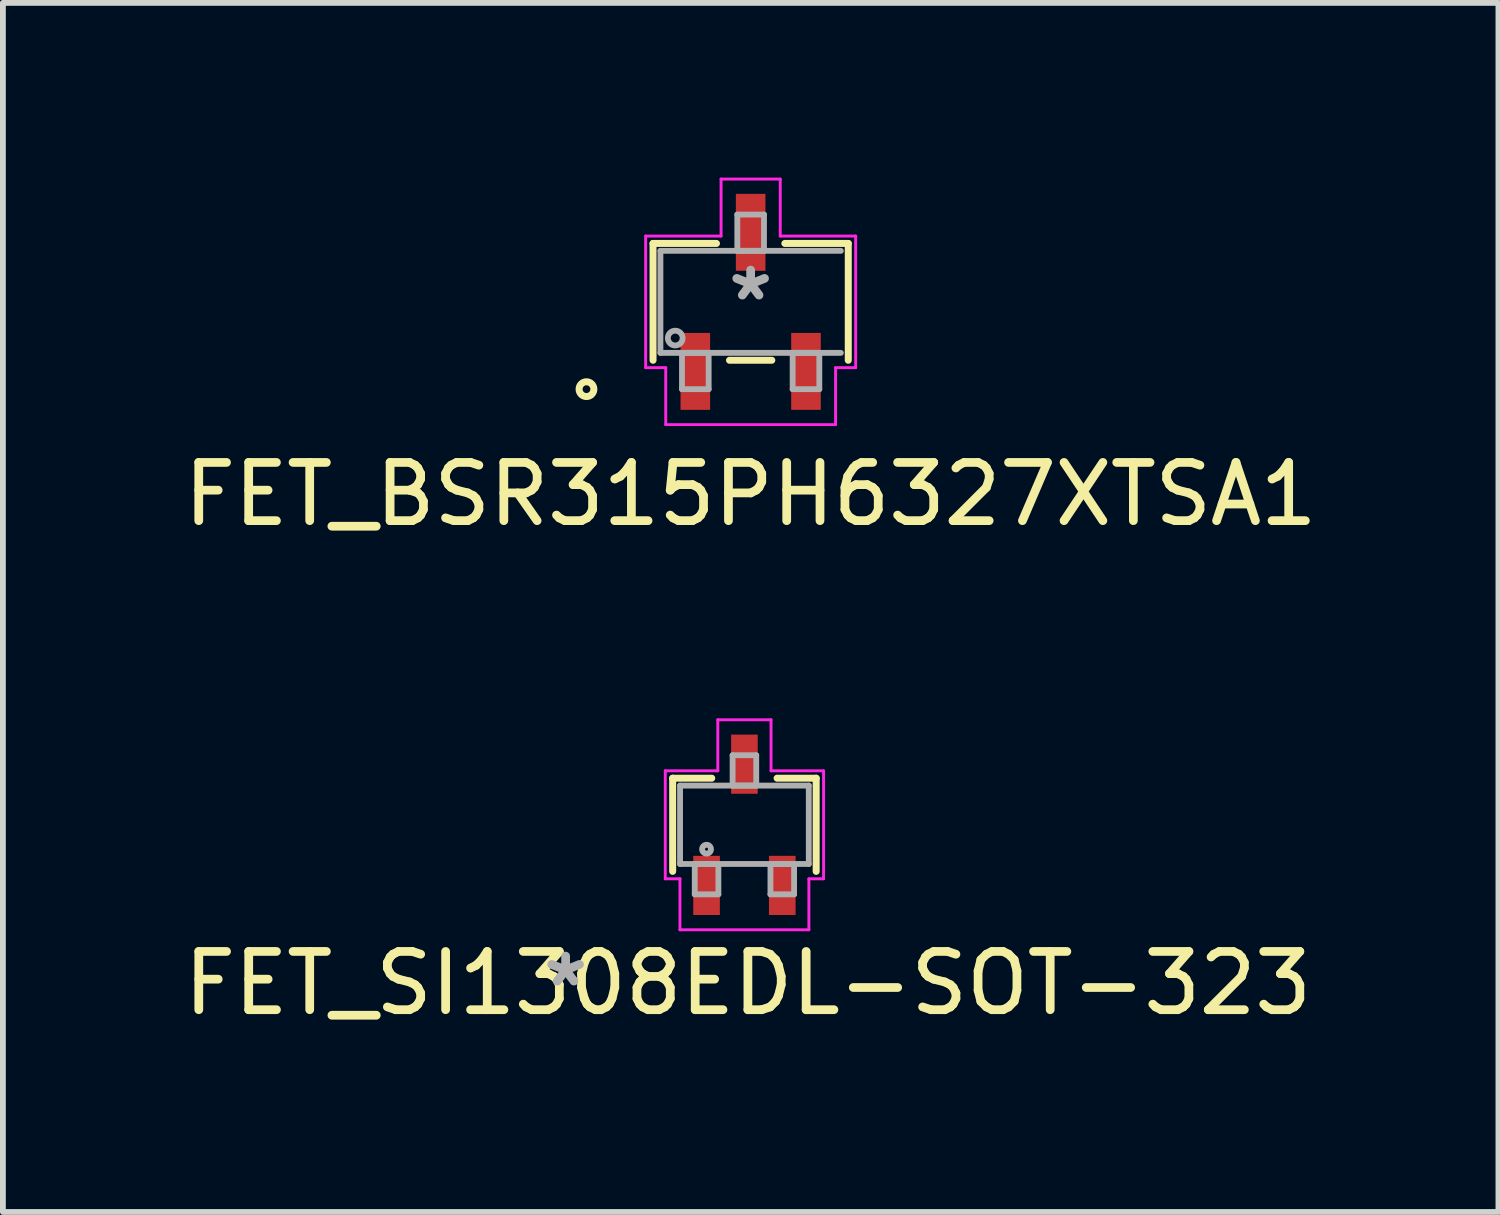
<source format=kicad_pcb>
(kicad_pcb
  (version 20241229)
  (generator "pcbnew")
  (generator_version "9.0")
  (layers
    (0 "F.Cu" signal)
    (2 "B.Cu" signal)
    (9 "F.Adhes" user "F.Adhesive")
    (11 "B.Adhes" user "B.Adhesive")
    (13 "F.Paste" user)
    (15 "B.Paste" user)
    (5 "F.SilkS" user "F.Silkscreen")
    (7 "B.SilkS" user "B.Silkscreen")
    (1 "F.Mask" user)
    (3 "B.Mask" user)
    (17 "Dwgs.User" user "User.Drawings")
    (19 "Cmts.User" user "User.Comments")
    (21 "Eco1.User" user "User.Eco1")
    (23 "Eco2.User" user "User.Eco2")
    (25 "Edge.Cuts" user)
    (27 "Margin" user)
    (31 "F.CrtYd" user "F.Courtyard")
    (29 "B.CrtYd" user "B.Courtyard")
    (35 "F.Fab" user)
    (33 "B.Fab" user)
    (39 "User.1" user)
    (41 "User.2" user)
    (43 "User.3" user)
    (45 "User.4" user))
  (footprint "FET_SI1308EDL-SOT-323"
    (layer "F.Cu")
    (at 9.732 11.112)
    (property "Reference" "FET_SI1308EDL-SOT-323" (at 0.06 2.72 0) (layer "F.SilkS") (effects (font (size 1 1) (thickness 0.15))))
    (attr smd)
    (fp_line (start -1.232 -0.8) (end -1.232 0.8) (stroke (width 0.12) (type solid)) (layer "F.SilkS"))
    (fp_line (start -0.561 -0.8) (end -1.232 -0.8) (stroke (width 0.12) (type solid)) (layer "F.SilkS"))
    (fp_line (start 1.232 -0.8) (end 0.561 -0.8) (stroke (width 0.12) (type solid)) (layer "F.SilkS"))
    (fp_line (start 1.232 0.8) (end 1.232 -0.8) (stroke (width 0.12) (type solid)) (layer "F.SilkS"))
    (fp_line (start -1.359 -0.927) (end -0.457 -0.927) (stroke (width 0.05) (type solid)) (layer "F.CrtYd"))
    (fp_line (start -1.359 0.927) (end -1.359 -0.927) (stroke (width 0.05) (type solid)) (layer "F.CrtYd"))
    (fp_line (start -1.359 0.927) (end -1.107 0.927) (stroke (width 0.05) (type solid)) (layer "F.CrtYd"))
    (fp_line (start -1.107 0.927) (end -1.107 1.803) (stroke (width 0.05) (type solid)) (layer "F.CrtYd"))
    (fp_line (start -1.107 1.803) (end 1.107 1.803) (stroke (width 0.05) (type solid)) (layer "F.CrtYd"))
    (fp_line (start -0.457 -1.803) (end 0.457 -1.803) (stroke (width 0.05) (type solid)) (layer "F.CrtYd"))
    (fp_line (start -0.457 -0.927) (end -0.457 -1.803) (stroke (width 0.05) (type solid)) (layer "F.CrtYd"))
    (fp_line (start 0.457 -0.927) (end 0.457 -1.803) (stroke (width 0.05) (type solid)) (layer "F.CrtYd"))
    (fp_line (start 1.107 0.927) (end 1.107 1.803) (stroke (width 0.05) (type solid)) (layer "F.CrtYd"))
    (fp_line (start 1.359 -0.927) (end 0.457 -0.927) (stroke (width 0.05) (type solid)) (layer "F.CrtYd"))
    (fp_line (start 1.359 -0.927) (end 1.359 0.927) (stroke (width 0.05) (type solid)) (layer "F.CrtYd"))
    (fp_line (start 1.359 0.927) (end 1.107 0.927) (stroke (width 0.05) (type solid)) (layer "F.CrtYd"))
    (fp_line (start -1.105 -0.673) (end -1.105 0.673) (stroke (width 0.1) (type solid)) (layer "F.Fab"))
    (fp_line (start -1.105 0.673) (end 1.105 0.673) (stroke (width 0.1) (type solid)) (layer "F.Fab"))
    (fp_line (start -0.853 0.673) (end -0.853 1.194) (stroke (width 0.1) (type solid)) (layer "F.Fab"))
    (fp_line (start -0.853 1.194) (end -0.447 1.194) (stroke (width 0.1) (type solid)) (layer "F.Fab"))
    (fp_line (start -0.447 0.673) (end -0.853 0.673) (stroke (width 0.1) (type solid)) (layer "F.Fab"))
    (fp_line (start -0.447 1.194) (end -0.447 0.673) (stroke (width 0.1) (type solid)) (layer "F.Fab"))
    (fp_line (start -0.203 -1.194) (end -0.203 -0.673) (stroke (width 0.1) (type solid)) (layer "F.Fab"))
    (fp_line (start -0.203 -0.673) (end 0.203 -0.673) (stroke (width 0.1) (type solid)) (layer "F.Fab"))
    (fp_line (start 0.203 -1.194) (end -0.203 -1.194) (stroke (width 0.1) (type solid)) (layer "F.Fab"))
    (fp_line (start 0.203 -0.673) (end 0.203 -1.194) (stroke (width 0.1) (type solid)) (layer "F.Fab"))
    (fp_line (start 0.447 0.673) (end 0.447 1.194) (stroke (width 0.1) (type solid)) (layer "F.Fab"))
    (fp_line (start 0.447 1.194) (end 0.853 1.194) (stroke (width 0.1) (type solid)) (layer "F.Fab"))
    (fp_line (start 0.853 0.673) (end 0.447 0.673) (stroke (width 0.1) (type solid)) (layer "F.Fab"))
    (fp_line (start 0.853 1.194) (end 0.853 0.673) (stroke (width 0.1) (type solid)) (layer "F.Fab"))
    (fp_line (start 1.105 -0.673) (end -1.105 -0.673) (stroke (width 0.1) (type solid)) (layer "F.Fab"))
    (fp_line (start 1.105 0.673) (end 1.105 -0.673) (stroke (width 0.1) (type solid)) (layer "F.Fab"))
    (fp_circle (center -0.65 0.419) (end -0.574 0.419) (stroke (width 0.1) (type solid)) (fill no) (layer "F.Fab"))
    (fp_text user "*" (at -3.07 2.8 0) (layer "F.Fab") (effects (font (size 1 1) (thickness 0.15))))
    (pad "1" smd rect (at -0.65 1.041) (size 0.457 1.016) (layers "F.Cu" "F.Mask" "F.Paste"))
    (pad "2" smd rect (at 0.65 1.041) (size 0.457 1.016) (layers "F.Cu" "F.Mask" "F.Paste"))
    (pad "3" smd rect (at 0 -1.041) (size 0.457 1.016) (layers "F.Cu" "F.Mask" "F.Paste")))
  (footprint "FET_BSR315PH6327XTSA1"
    (layer "F.Cu")
    (at 9.839 2.133)
    (property "Reference" "FET_BSR315PH6327XTSA1" (at 0 3.302 0) (layer "F.SilkS") (effects (font (size 1 1) (thickness 0.15))))
    (attr through_hole)
    (fp_line (start -1.676 -1.003) (end -1.676 1.003) (stroke (width 0.12) (type solid)) (layer "F.SilkS"))
    (fp_line (start -0.587 -1.003) (end -1.676 -1.003) (stroke (width 0.12) (type solid)) (layer "F.SilkS"))
    (fp_line (start -0.363 1.003) (end 0.363 1.003) (stroke (width 0.12) (type solid)) (layer "F.SilkS"))
    (fp_line (start 1.676 -1.003) (end 0.587 -1.003) (stroke (width 0.12) (type solid)) (layer "F.SilkS"))
    (fp_line (start 1.676 1.003) (end 1.676 -1.003) (stroke (width 0.12) (type solid)) (layer "F.SilkS"))
    (fp_circle (center -2.819 1.499) (end -2.692 1.499) (stroke (width 0.12) (type solid)) (fill no) (layer "F.SilkS"))
    (fp_line (start -1.803 -1.13) (end -0.508 -1.13) (stroke (width 0.05) (type solid)) (layer "F.CrtYd"))
    (fp_line (start -1.803 1.13) (end -1.803 -1.13) (stroke (width 0.05) (type solid)) (layer "F.CrtYd"))
    (fp_line (start -1.458 1.13) (end -1.803 1.13) (stroke (width 0.05) (type solid)) (layer "F.CrtYd"))
    (fp_line (start -1.458 1.13) (end -1.458 2.108) (stroke (width 0.05) (type solid)) (layer "F.CrtYd"))
    (fp_line (start -0.508 -2.108) (end 0.508 -2.108) (stroke (width 0.05) (type solid)) (layer "F.CrtYd"))
    (fp_line (start -0.508 -1.13) (end -0.508 -2.108) (stroke (width 0.05) (type solid)) (layer "F.CrtYd"))
    (fp_line (start 0.508 -1.13) (end 0.508 -2.108) (stroke (width 0.05) (type solid)) (layer "F.CrtYd"))
    (fp_line (start 1.458 1.13) (end 1.458 2.108) (stroke (width 0.05) (type solid)) (layer "F.CrtYd"))
    (fp_line (start 1.458 2.108) (end -1.458 2.108) (stroke (width 0.05) (type solid)) (layer "F.CrtYd"))
    (fp_line (start 1.803 -1.13) (end 0.508 -1.13) (stroke (width 0.05) (type solid)) (layer "F.CrtYd"))
    (fp_line (start 1.803 -1.13) (end 1.803 1.13) (stroke (width 0.05) (type solid)) (layer "F.CrtYd"))
    (fp_line (start 1.803 1.13) (end 1.458 1.13) (stroke (width 0.05) (type solid)) (layer "F.CrtYd"))
    (fp_line (start -1.549 -0.876) (end -1.549 0.876) (stroke (width 0.1) (type solid)) (layer "F.Fab"))
    (fp_line (start -1.549 0.876) (end 1.549 0.876) (stroke (width 0.1) (type solid)) (layer "F.Fab"))
    (fp_line (start -1.179 0.876) (end -1.179 1.499) (stroke (width 0.1) (type solid)) (layer "F.Fab"))
    (fp_line (start -1.179 1.499) (end -0.721 1.499) (stroke (width 0.1) (type solid)) (layer "F.Fab"))
    (fp_line (start -0.721 0.876) (end -1.179 0.876) (stroke (width 0.1) (type solid)) (layer "F.Fab"))
    (fp_line (start -0.721 1.499) (end -0.721 0.876) (stroke (width 0.1) (type solid)) (layer "F.Fab"))
    (fp_line (start -0.229 -1.499) (end -0.229 -0.876) (stroke (width 0.1) (type solid)) (layer "F.Fab"))
    (fp_line (start -0.229 -0.876) (end 0.229 -0.876) (stroke (width 0.1) (type solid)) (layer "F.Fab"))
    (fp_line (start 0.229 -1.499) (end -0.229 -1.499) (stroke (width 0.1) (type solid)) (layer "F.Fab"))
    (fp_line (start 0.229 -0.876) (end 0.229 -1.499) (stroke (width 0.1) (type solid)) (layer "F.Fab"))
    (fp_line (start 0.721 0.876) (end 0.721 1.499) (stroke (width 0.1) (type solid)) (layer "F.Fab"))
    (fp_line (start 0.721 1.499) (end 1.179 1.499) (stroke (width 0.1) (type solid)) (layer "F.Fab"))
    (fp_line (start 1.179 0.876) (end 0.721 0.876) (stroke (width 0.1) (type solid)) (layer "F.Fab"))
    (fp_line (start 1.179 1.499) (end 1.179 0.876) (stroke (width 0.1) (type solid)) (layer "F.Fab"))
    (fp_line (start 1.549 -0.876) (end -1.549 -0.876) (stroke (width 0.1) (type solid)) (layer "F.Fab"))
    (fp_circle (center -1.295 0.622) (end -1.168 0.622) (stroke (width 0.1) (type solid)) (fill no) (layer "F.Fab"))
    (fp_text user "*" (at 0 0 0) (layer "F.Fab") (effects (font (size 1 1) (thickness 0.15))))
    (pad "1" smd rect (at -0.95 1.194) (size 0.508 1.321) (layers "F.Cu" "F.Mask" "F.Paste"))
    (pad "2" smd rect (at 0.95 1.194) (size 0.508 1.321) (layers "F.Cu" "F.Mask" "F.Paste"))
    (pad "3" smd rect (at 0 -1.194) (size 0.508 1.321) (layers "F.Cu" "F.Mask" "F.Paste")))
  (gr_rect
    (start -3 -3)
    (end 22.679 17.76)
    (stroke (width 0.1) (type default))
    (fill no)
    (layer "Edge.Cuts")))
</source>
